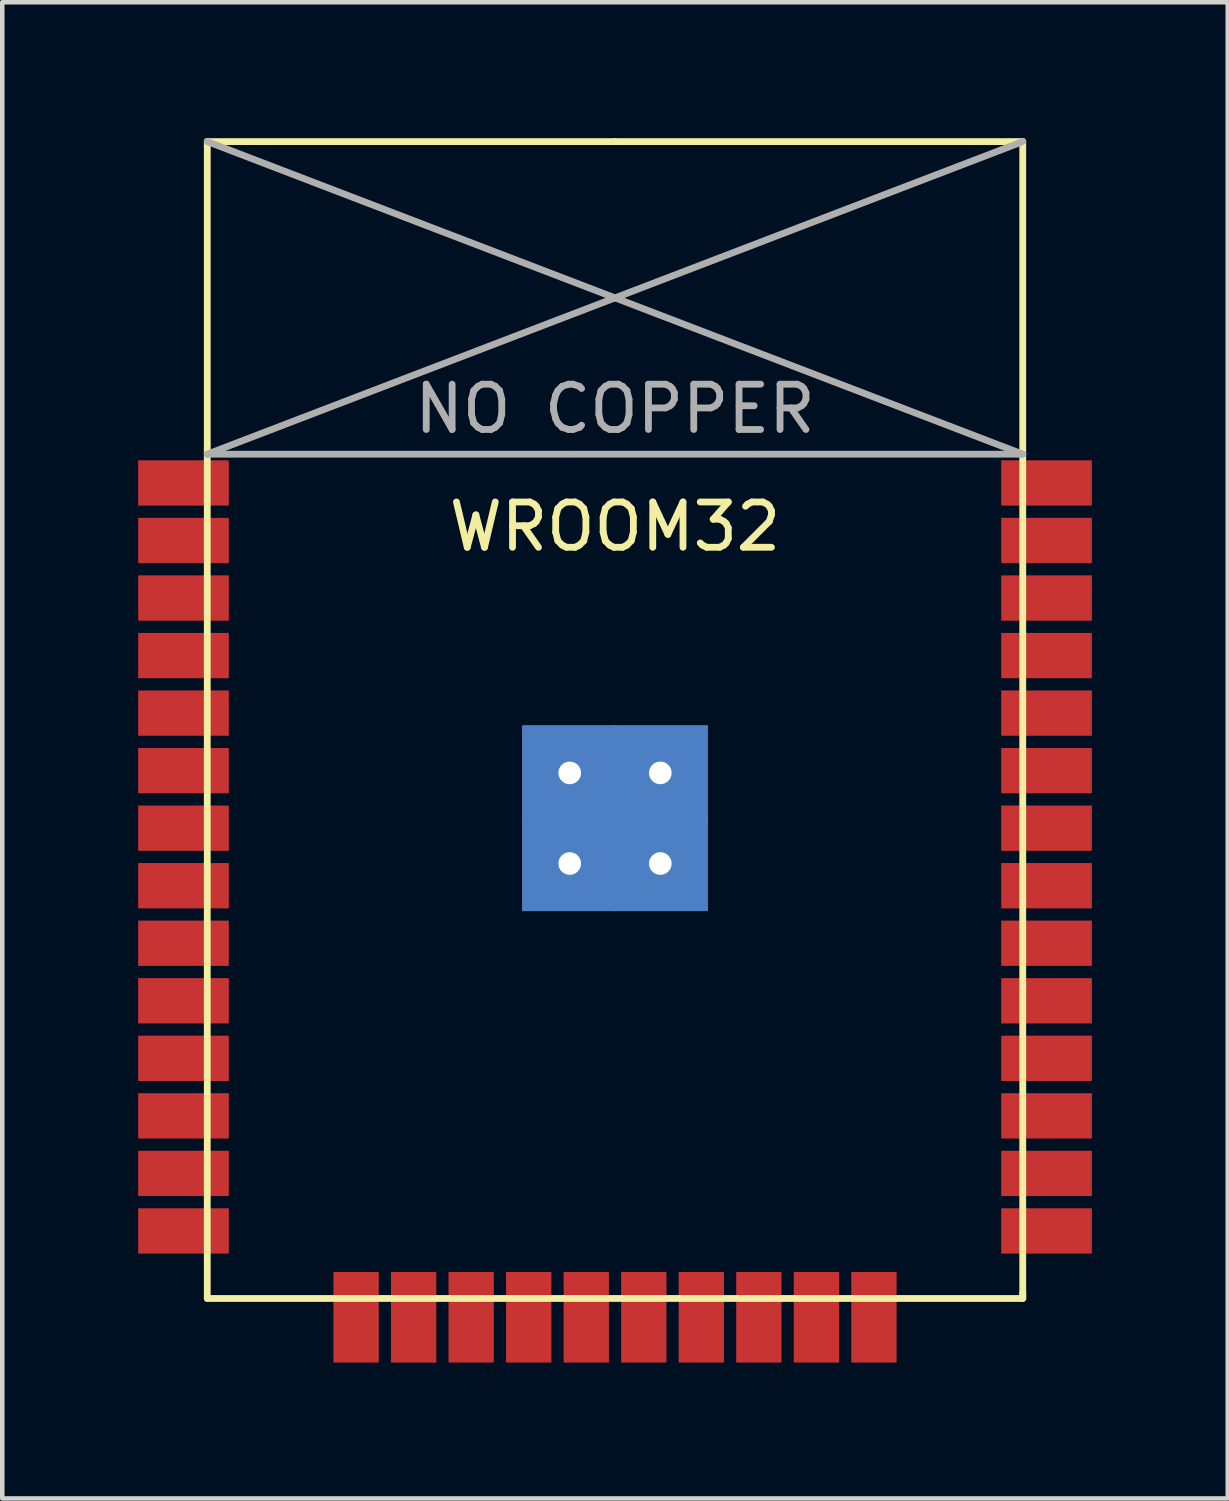
<source format=kicad_pcb>
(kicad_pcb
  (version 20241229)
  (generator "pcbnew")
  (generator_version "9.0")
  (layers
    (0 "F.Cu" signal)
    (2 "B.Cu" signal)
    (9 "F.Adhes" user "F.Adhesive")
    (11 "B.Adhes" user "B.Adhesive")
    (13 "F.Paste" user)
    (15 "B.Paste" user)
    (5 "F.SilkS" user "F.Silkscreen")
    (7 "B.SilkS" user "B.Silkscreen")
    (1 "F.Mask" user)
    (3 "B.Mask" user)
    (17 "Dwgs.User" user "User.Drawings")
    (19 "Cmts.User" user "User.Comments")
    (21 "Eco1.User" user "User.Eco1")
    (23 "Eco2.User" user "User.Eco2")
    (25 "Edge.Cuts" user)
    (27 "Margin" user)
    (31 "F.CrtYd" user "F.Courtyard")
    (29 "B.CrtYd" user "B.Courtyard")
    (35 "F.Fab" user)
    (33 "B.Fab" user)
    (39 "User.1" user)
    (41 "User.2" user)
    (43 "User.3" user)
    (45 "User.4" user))
  (footprint "WROOM32"
    (layer "F.Cu")
    (at 10.525 7.61)
    (property "Reference" "WROOM32" (at 0 0.965 0) (layer "F.SilkS") (effects (font (size 1 1) (thickness 0.15))))
    (attr through_hole)
    (fp_line (start -9 -7.535) (end 0 -7.535) (stroke (width 0.15) (type solid)) (layer "F.SilkS"))
    (fp_line (start -9 18) (end -9 -7.535) (stroke (width 0.15) (type solid)) (layer "F.SilkS"))
    (fp_line (start 0 -7.535) (end 9 -7.535) (stroke (width 0.15) (type solid)) (layer "F.SilkS"))
    (fp_line (start 9 -7.535) (end 9 -0.635) (stroke (width 0.15) (type solid)) (layer "F.SilkS"))
    (fp_line (start 9 -0.635) (end 9 18) (stroke (width 0.15) (type solid)) (layer "F.SilkS"))
    (fp_line (start 9 17.865) (end 9 17.965) (stroke (width 0.15) (type solid)) (layer "F.SilkS"))
    (fp_line (start 9 18) (end -9 18) (stroke (width 0.15) (type solid)) (layer "F.SilkS"))
    (fp_line (start -9 -7.535) (end 9 -0.635) (stroke (width 0.15) (type solid)) (layer "F.Fab"))
    (fp_line (start -9 -0.635) (end 9 -0.635) (stroke (width 0.15) (type solid)) (layer "F.Fab"))
    (fp_line (start 9 -7.535) (end -9 -0.635) (stroke (width 0.15) (type solid)) (layer "F.Fab"))
    (fp_text user "NO COPPER" (at 0 -1.635 0) (layer "F.Fab") (effects (font (size 1 1) (thickness 0.15))))
    (pad "1" smd rect (at -9.525 0) (size 2 1) (layers "F.Cu" "F.Mask" "F.Paste"))
    (pad "2" smd rect (at -9.525 1.27) (size 2 1) (layers "F.Cu" "F.Mask" "F.Paste"))
    (pad "3" smd rect (at -9.525 2.54) (size 2 1) (layers "F.Cu" "F.Mask" "F.Paste"))
    (pad "4" smd rect (at -9.525 3.81) (size 2 1) (layers "F.Cu" "F.Mask" "F.Paste"))
    (pad "5" smd rect (at -9.525 5.08) (size 2 1) (layers "F.Cu" "F.Mask" "F.Paste"))
    (pad "6" smd rect (at -9.525 6.35) (size 2 1) (layers "F.Cu" "F.Mask" "F.Paste"))
    (pad "7" smd rect (at -9.525 7.62) (size 2 1) (layers "F.Cu" "F.Mask" "F.Paste"))
    (pad "8" smd rect (at -9.525 8.89) (size 2 1) (layers "F.Cu" "F.Mask" "F.Paste"))
    (pad "9" smd rect (at -9.525 10.16) (size 2 1) (layers "F.Cu" "F.Mask" "F.Paste"))
    (pad "10" smd rect (at -9.525 11.43) (size 2 1) (layers "F.Cu" "F.Mask" "F.Paste"))
    (pad "11" smd rect (at -9.525 12.7) (size 2 1) (layers "F.Cu" "F.Mask" "F.Paste"))
    (pad "12" smd rect (at -9.525 13.97) (size 2 1) (layers "F.Cu" "F.Mask" "F.Paste"))
    (pad "13" smd rect (at -9.525 15.24) (size 2 1) (layers "F.Cu" "F.Mask" "F.Paste"))
    (pad "14" smd rect (at -9.525 16.51) (size 2 1) (layers "F.Cu" "F.Mask" "F.Paste"))
    (pad "15" smd rect (at -5.715 18.415) (size 1 2) (layers "F.Cu" "F.Mask" "F.Paste"))
    (pad "16" smd rect (at -4.445 18.415) (size 1 2) (layers "F.Cu" "F.Mask" "F.Paste"))
    (pad "17" smd rect (at -3.175 18.415) (size 1 2) (layers "F.Cu" "F.Mask" "F.Paste"))
    (pad "18" smd rect (at -1.905 18.415) (size 1 2) (layers "F.Cu" "F.Mask" "F.Paste"))
    (pad "19" smd rect (at -0.635 18.415) (size 1 2) (layers "F.Cu" "F.Mask" "F.Paste"))
    (pad "20" smd rect (at 0.635 18.415) (size 1 2) (layers "F.Cu" "F.Mask" "F.Paste"))
    (pad "21" smd rect (at 1.905 18.415) (size 1 2) (layers "F.Cu" "F.Mask" "F.Paste"))
    (pad "22" smd rect (at 3.175 18.415) (size 1 2) (layers "F.Cu" "F.Mask" "F.Paste"))
    (pad "23" smd rect (at 4.445 18.415) (size 1 2) (layers "F.Cu" "F.Mask" "F.Paste"))
    (pad "24" smd rect (at 5.715 18.415) (size 1 2) (layers "F.Cu" "F.Mask" "F.Paste"))
    (pad "25" smd rect (at 9.525 16.51) (size 2 1) (layers "F.Cu" "F.Mask" "F.Paste"))
    (pad "26" smd rect (at 9.525 15.24) (size 2 1) (layers "F.Cu" "F.Mask" "F.Paste"))
    (pad "27" smd rect (at 9.525 13.97) (size 2 1) (layers "F.Cu" "F.Mask" "F.Paste"))
    (pad "28" smd rect (at 9.525 12.7) (size 2 1) (layers "F.Cu" "F.Mask" "F.Paste"))
    (pad "29" smd rect (at 9.525 11.43) (size 2 1) (layers "F.Cu" "F.Mask" "F.Paste"))
    (pad "30" smd rect (at 9.525 10.16) (size 2 1) (layers "F.Cu" "F.Mask" "F.Paste"))
    (pad "31" smd rect (at 9.525 8.89) (size 2 1) (layers "F.Cu" "F.Mask" "F.Paste"))
    (pad "32" smd rect (at 9.525 7.62) (size 2 1) (layers "F.Cu" "F.Mask" "F.Paste"))
    (pad "33" smd rect (at 9.525 6.35) (size 2 1) (layers "F.Cu" "F.Mask" "F.Paste"))
    (pad "34" smd rect (at 9.525 5.08) (size 2 1) (layers "F.Cu" "F.Mask" "F.Paste"))
    (pad "35" smd rect (at 9.525 3.81) (size 2 1) (layers "F.Cu" "F.Mask" "F.Paste"))
    (pad "36" smd rect (at 9.525 2.54) (size 2 1) (layers "F.Cu" "F.Mask" "F.Paste"))
    (pad "37" smd rect (at 9.525 1.27) (size 2 1) (layers "F.Cu" "F.Mask" "F.Paste"))
    (pad "38" smd rect (at 9.525 0) (size 2 1) (layers "F.Cu" "F.Mask" "F.Paste"))
    (pad "39" thru_hole rect (at -1 6.4) (size 2.1 2.1) (drill 0.5) (layers "*.Cu" "*.Mask"))
    (pad "39" thru_hole rect (at -1 8.4) (size 2.1 2.1) (drill 0.5) (layers "*.Cu" "*.Mask"))
    (pad "39" thru_hole rect (at 1 6.4) (size 2.1 2.1) (drill 0.5) (layers "*.Cu" "*.Mask"))
    (pad "39" thru_hole rect (at 1 8.4) (size 2.1 2.1) (drill 0.5) (layers "*.Cu" "*.Mask")))
  (gr_rect
    (start -3 -3)
    (end 24.05 30.025)
    (stroke (width 0.1) (type default))
    (fill no)
    (layer "Edge.Cuts")))
</source>
